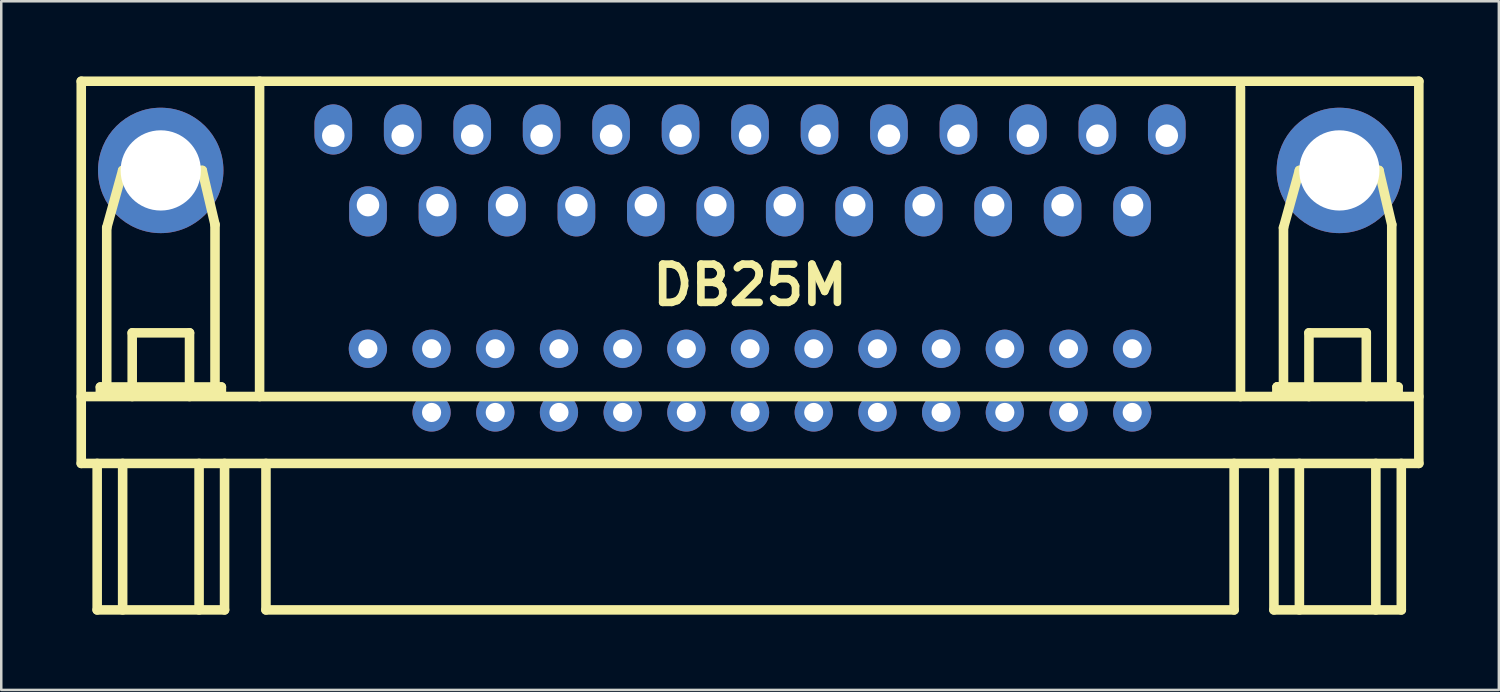
<source format=kicad_pcb>
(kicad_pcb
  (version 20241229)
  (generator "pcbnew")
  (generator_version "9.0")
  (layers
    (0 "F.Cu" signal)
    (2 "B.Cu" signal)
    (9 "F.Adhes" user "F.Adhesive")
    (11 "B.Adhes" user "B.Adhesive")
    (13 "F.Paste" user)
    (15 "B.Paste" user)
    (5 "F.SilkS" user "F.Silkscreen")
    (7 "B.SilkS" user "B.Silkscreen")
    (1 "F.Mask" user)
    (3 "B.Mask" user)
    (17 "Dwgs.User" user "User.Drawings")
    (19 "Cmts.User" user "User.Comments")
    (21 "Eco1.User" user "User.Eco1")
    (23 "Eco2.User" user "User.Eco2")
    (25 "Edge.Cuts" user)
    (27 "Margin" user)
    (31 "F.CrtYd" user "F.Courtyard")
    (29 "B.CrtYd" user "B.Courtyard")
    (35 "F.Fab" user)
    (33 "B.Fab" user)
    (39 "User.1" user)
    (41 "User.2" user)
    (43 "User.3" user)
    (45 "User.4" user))
  (footprint "DB25M"
    (layer "F.Cu")
    (at 26.86 10.858)
    (property "Reference" "DB25M" (at 0 -2.54 0) (layer "F.SilkS") (effects (font (size 1.524 1.524) (thickness 0.305))))
    (attr through_hole)
    (fp_line (start -26.67 -10.668) (end -26.67 4.572) (stroke (width 0.381) (type solid)) (layer "F.SilkS"))
    (fp_line (start -26.67 1.905) (end 26.67 1.905) (stroke (width 0.381) (type solid)) (layer "F.SilkS"))
    (fp_line (start -26.035 4.572) (end -26.035 10.414) (stroke (width 0.381) (type solid)) (layer "F.SilkS"))
    (fp_line (start -26.035 10.414) (end -20.955 10.414) (stroke (width 0.381) (type solid)) (layer "F.SilkS"))
    (fp_line (start -25.908 1.524) (end -25.908 1.778) (stroke (width 0.381) (type solid)) (layer "F.SilkS"))
    (fp_line (start -25.908 1.778) (end -21.082 1.778) (stroke (width 0.381) (type solid)) (layer "F.SilkS"))
    (fp_line (start -25.654 -4.826) (end -25.019 -7.112) (stroke (width 0.381) (type solid)) (layer "F.SilkS"))
    (fp_line (start -25.654 1.524) (end -25.654 -4.826) (stroke (width 0.381) (type solid)) (layer "F.SilkS"))
    (fp_line (start -25.019 -7.112) (end -21.844 -7.112) (stroke (width 0.381) (type solid)) (layer "F.SilkS"))
    (fp_line (start -25.019 4.572) (end -25.019 10.414) (stroke (width 0.381) (type solid)) (layer "F.SilkS"))
    (fp_line (start -24.638 -0.635) (end -22.352 -0.635) (stroke (width 0.381) (type solid)) (layer "F.SilkS"))
    (fp_line (start -24.638 1.905) (end -24.638 -0.635) (stroke (width 0.381) (type solid)) (layer "F.SilkS"))
    (fp_line (start -22.352 -0.635) (end -22.352 1.905) (stroke (width 0.381) (type solid)) (layer "F.SilkS"))
    (fp_line (start -21.971 4.572) (end -21.971 10.414) (stroke (width 0.381) (type solid)) (layer "F.SilkS"))
    (fp_line (start -21.844 -7.112) (end -21.336 -4.953) (stroke (width 0.381) (type solid)) (layer "F.SilkS"))
    (fp_line (start -21.336 -4.953) (end -21.336 1.524) (stroke (width 0.381) (type solid)) (layer "F.SilkS"))
    (fp_line (start -21.082 1.524) (end -25.908 1.524) (stroke (width 0.381) (type solid)) (layer "F.SilkS"))
    (fp_line (start -21.082 1.778) (end -21.082 1.524) (stroke (width 0.381) (type solid)) (layer "F.SilkS"))
    (fp_line (start -20.955 4.572) (end -20.955 10.414) (stroke (width 0.381) (type solid)) (layer "F.SilkS"))
    (fp_line (start -19.558 1.905) (end -19.558 -10.668) (stroke (width 0.381) (type solid)) (layer "F.SilkS"))
    (fp_line (start -19.304 4.572) (end -19.304 10.414) (stroke (width 0.381) (type solid)) (layer "F.SilkS"))
    (fp_line (start 19.304 10.414) (end -19.304 10.414) (stroke (width 0.381) (type solid)) (layer "F.SilkS"))
    (fp_line (start 19.304 10.414) (end 19.304 4.572) (stroke (width 0.381) (type solid)) (layer "F.SilkS"))
    (fp_line (start 19.558 1.905) (end 19.558 -10.414) (stroke (width 0.381) (type solid)) (layer "F.SilkS"))
    (fp_line (start 20.892 4.572) (end 20.892 10.414) (stroke (width 0.381) (type solid)) (layer "F.SilkS"))
    (fp_line (start 20.892 10.414) (end 25.971 10.414) (stroke (width 0.381) (type solid)) (layer "F.SilkS"))
    (fp_line (start 21.018 1.524) (end 21.018 1.778) (stroke (width 0.381) (type solid)) (layer "F.SilkS"))
    (fp_line (start 21.018 1.524) (end 21.018 1.778) (stroke (width 0.381) (type solid)) (layer "F.SilkS"))
    (fp_line (start 21.018 1.778) (end 25.845 1.778) (stroke (width 0.381) (type solid)) (layer "F.SilkS"))
    (fp_line (start 21.273 -4.826) (end 21.907 -7.112) (stroke (width 0.381) (type solid)) (layer "F.SilkS"))
    (fp_line (start 21.273 1.524) (end 21.273 -4.826) (stroke (width 0.381) (type solid)) (layer "F.SilkS"))
    (fp_line (start 21.907 -7.112) (end 25.082 -7.112) (stroke (width 0.381) (type solid)) (layer "F.SilkS"))
    (fp_line (start 21.907 4.572) (end 21.907 10.414) (stroke (width 0.381) (type solid)) (layer "F.SilkS"))
    (fp_line (start 22.288 -0.635) (end 24.575 -0.635) (stroke (width 0.381) (type solid)) (layer "F.SilkS"))
    (fp_line (start 22.288 1.905) (end 22.288 -0.635) (stroke (width 0.381) (type solid)) (layer "F.SilkS"))
    (fp_line (start 24.575 -0.635) (end 24.575 1.905) (stroke (width 0.381) (type solid)) (layer "F.SilkS"))
    (fp_line (start 24.956 4.572) (end 24.956 10.414) (stroke (width 0.381) (type solid)) (layer "F.SilkS"))
    (fp_line (start 25.082 -7.112) (end 25.59 -4.953) (stroke (width 0.381) (type solid)) (layer "F.SilkS"))
    (fp_line (start 25.59 -4.953) (end 25.59 1.524) (stroke (width 0.381) (type solid)) (layer "F.SilkS"))
    (fp_line (start 25.845 1.524) (end 21.018 1.524) (stroke (width 0.381) (type solid)) (layer "F.SilkS"))
    (fp_line (start 25.845 1.778) (end 25.845 1.524) (stroke (width 0.381) (type solid)) (layer "F.SilkS"))
    (fp_line (start 25.971 4.572) (end 25.971 10.414) (stroke (width 0.381) (type solid)) (layer "F.SilkS"))
    (fp_line (start 26.67 -10.668) (end -26.67 -10.668) (stroke (width 0.381) (type solid)) (layer "F.SilkS"))
    (fp_line (start 26.67 -10.668) (end 26.67 4.572) (stroke (width 0.381) (type solid)) (layer "F.SilkS"))
    (fp_line (start 26.67 4.572) (end -26.67 4.572) (stroke (width 0.381) (type solid)) (layer "F.SilkS"))
    (pad "" thru_hole circle (at -23.5 -7.112) (size 5.001 5.001) (drill 3.2) (layers "*.Cu" "*.Mask"))
    (pad "" thru_hole circle (at 23.5 -7.112) (size 5.001 5.001) (drill 3.2) (layers "*.Cu" "*.Mask"))
    (pad "1" thru_hole oval (at -16.619 -8.496) (size 1.501 1.999) (drill 0.899 (offset 0 -0.249)) (layers "*.Cu" "*.Mask"))
    (pad "1" thru_hole circle (at 15.24 0) (size 1.524 1.524) (drill 0.762) (layers "*.Cu" "*.Mask"))
    (pad "2" thru_hole oval (at -13.851 -8.496) (size 1.501 1.999) (drill 0.899 (offset 0 -0.249)) (layers "*.Cu" "*.Mask"))
    (pad "2" thru_hole circle (at 12.7 0) (size 1.524 1.524) (drill 0.762) (layers "*.Cu" "*.Mask"))
    (pad "3" thru_hole oval (at -11.079 -8.496) (size 1.501 1.999) (drill 0.899 (offset 0 -0.249)) (layers "*.Cu" "*.Mask"))
    (pad "3" thru_hole circle (at 10.16 0) (size 1.524 1.524) (drill 0.762) (layers "*.Cu" "*.Mask"))
    (pad "4" thru_hole oval (at -8.311 -8.496) (size 1.501 1.999) (drill 0.899 (offset 0 -0.249)) (layers "*.Cu" "*.Mask"))
    (pad "4" thru_hole circle (at 7.62 0) (size 1.524 1.524) (drill 0.762) (layers "*.Cu" "*.Mask"))
    (pad "5" thru_hole oval (at -5.54 -8.496) (size 1.501 1.999) (drill 0.899 (offset 0 -0.249)) (layers "*.Cu" "*.Mask"))
    (pad "5" thru_hole circle (at 5.08 0) (size 1.524 1.524) (drill 0.762) (layers "*.Cu" "*.Mask"))
    (pad "6" thru_hole oval (at -2.771 -8.496) (size 1.501 1.999) (drill 0.899 (offset 0 -0.249)) (layers "*.Cu" "*.Mask"))
    (pad "6" thru_hole circle (at 2.54 0) (size 1.524 1.524) (drill 0.762) (layers "*.Cu" "*.Mask"))
    (pad "7" thru_hole oval (at 0 -8.496) (size 1.501 1.999) (drill 0.899 (offset 0 -0.249)) (layers "*.Cu" "*.Mask"))
    (pad "7" thru_hole circle (at 0 0) (size 1.524 1.524) (drill 0.762) (layers "*.Cu" "*.Mask"))
    (pad "8" thru_hole circle (at -2.54 0) (size 1.524 1.524) (drill 0.762) (layers "*.Cu" "*.Mask"))
    (pad "8" thru_hole oval (at 2.771 -8.496) (size 1.501 1.999) (drill 0.899 (offset 0 -0.249)) (layers "*.Cu" "*.Mask"))
    (pad "9" thru_hole circle (at -5.08 0) (size 1.524 1.524) (drill 0.762) (layers "*.Cu" "*.Mask"))
    (pad "9" thru_hole oval (at 5.54 -8.496) (size 1.501 1.999) (drill 0.899 (offset 0 -0.249)) (layers "*.Cu" "*.Mask"))
    (pad "10" thru_hole circle (at -7.62 0) (size 1.524 1.524) (drill 0.762) (layers "*.Cu" "*.Mask"))
    (pad "10" thru_hole oval (at 8.311 -8.496) (size 1.501 1.999) (drill 0.899 (offset 0 -0.249)) (layers "*.Cu" "*.Mask"))
    (pad "11" thru_hole circle (at -10.16 0) (size 1.524 1.524) (drill 0.762) (layers "*.Cu" "*.Mask"))
    (pad "11" thru_hole oval (at 11.079 -8.496) (size 1.501 1.999) (drill 0.899 (offset 0 -0.249)) (layers "*.Cu" "*.Mask"))
    (pad "12" thru_hole circle (at -12.7 0) (size 1.524 1.524) (drill 0.762) (layers "*.Cu" "*.Mask"))
    (pad "12" thru_hole oval (at 13.851 -8.496) (size 1.501 1.999) (drill 0.899 (offset 0 -0.249)) (layers "*.Cu" "*.Mask"))
    (pad "13" thru_hole circle (at -15.24 0) (size 1.524 1.524) (drill 0.762) (layers "*.Cu" "*.Mask"))
    (pad "13" thru_hole oval (at 16.619 -8.496) (size 1.501 1.999) (drill 0.899 (offset 0 -0.249)) (layers "*.Cu" "*.Mask"))
    (pad "14" thru_hole oval (at -15.235 -5.728) (size 1.501 1.999) (drill 0.899 (offset 0 0.249)) (layers "*.Cu" "*.Mask"))
    (pad "14" thru_hole circle (at 15.24 2.54) (size 1.524 1.524) (drill 0.762) (layers "*.Cu" "*.Mask"))
    (pad "15" thru_hole oval (at -12.464 -5.728) (size 1.501 1.999) (drill 0.899 (offset 0 0.249)) (layers "*.Cu" "*.Mask"))
    (pad "15" thru_hole circle (at 12.7 2.54) (size 1.524 1.524) (drill 0.762) (layers "*.Cu" "*.Mask"))
    (pad "16" thru_hole oval (at -9.695 -5.728) (size 1.501 1.999) (drill 0.899 (offset 0 0.249)) (layers "*.Cu" "*.Mask"))
    (pad "16" thru_hole circle (at 10.16 2.54) (size 1.524 1.524) (drill 0.762) (layers "*.Cu" "*.Mask"))
    (pad "17" thru_hole oval (at -6.924 -5.728) (size 1.501 1.999) (drill 0.899 (offset 0 0.249)) (layers "*.Cu" "*.Mask"))
    (pad "17" thru_hole circle (at 7.62 2.54) (size 1.524 1.524) (drill 0.762) (layers "*.Cu" "*.Mask"))
    (pad "18" thru_hole oval (at -4.155 -5.728) (size 1.501 1.999) (drill 0.899 (offset 0 0.249)) (layers "*.Cu" "*.Mask"))
    (pad "18" thru_hole circle (at 5.08 2.54) (size 1.524 1.524) (drill 0.762) (layers "*.Cu" "*.Mask"))
    (pad "19" thru_hole oval (at -1.384 -5.728) (size 1.501 1.999) (drill 0.899 (offset 0 0.249)) (layers "*.Cu" "*.Mask"))
    (pad "19" thru_hole circle (at 2.54 2.54) (size 1.524 1.524) (drill 0.762) (layers "*.Cu" "*.Mask"))
    (pad "20" thru_hole circle (at 0 2.54) (size 1.524 1.524) (drill 0.762) (layers "*.Cu" "*.Mask"))
    (pad "20" thru_hole oval (at 1.384 -5.728) (size 1.501 1.999) (drill 0.899 (offset 0 0.249)) (layers "*.Cu" "*.Mask"))
    (pad "21" thru_hole circle (at -2.54 2.54) (size 1.524 1.524) (drill 0.762) (layers "*.Cu" "*.Mask"))
    (pad "21" thru_hole oval (at 4.155 -5.728) (size 1.501 1.999) (drill 0.899 (offset 0 0.249)) (layers "*.Cu" "*.Mask"))
    (pad "22" thru_hole circle (at -5.08 2.54) (size 1.524 1.524) (drill 0.762) (layers "*.Cu" "*.Mask"))
    (pad "22" thru_hole oval (at 6.924 -5.728) (size 1.501 1.999) (drill 0.899 (offset 0 0.249)) (layers "*.Cu" "*.Mask"))
    (pad "23" thru_hole circle (at -7.62 2.54) (size 1.524 1.524) (drill 0.762) (layers "*.Cu" "*.Mask"))
    (pad "23" thru_hole oval (at 9.695 -5.728) (size 1.501 1.999) (drill 0.899 (offset 0 0.249)) (layers "*.Cu" "*.Mask"))
    (pad "24" thru_hole circle (at -10.16 2.54) (size 1.524 1.524) (drill 0.762) (layers "*.Cu" "*.Mask"))
    (pad "24" thru_hole oval (at 12.464 -5.728) (size 1.501 1.999) (drill 0.899 (offset 0 0.249)) (layers "*.Cu" "*.Mask"))
    (pad "25" thru_hole circle (at -12.7 2.54) (size 1.524 1.524) (drill 0.762) (layers "*.Cu" "*.Mask"))
    (pad "25" thru_hole oval (at 15.235 -5.728) (size 1.501 1.999) (drill 0.899 (offset 0 0.249)) (layers "*.Cu" "*.Mask")))
  (gr_rect
    (start -3 -3)
    (end 56.721 24.463)
    (stroke (width 0.1) (type default))
    (fill no)
    (layer "Edge.Cuts")))
</source>
